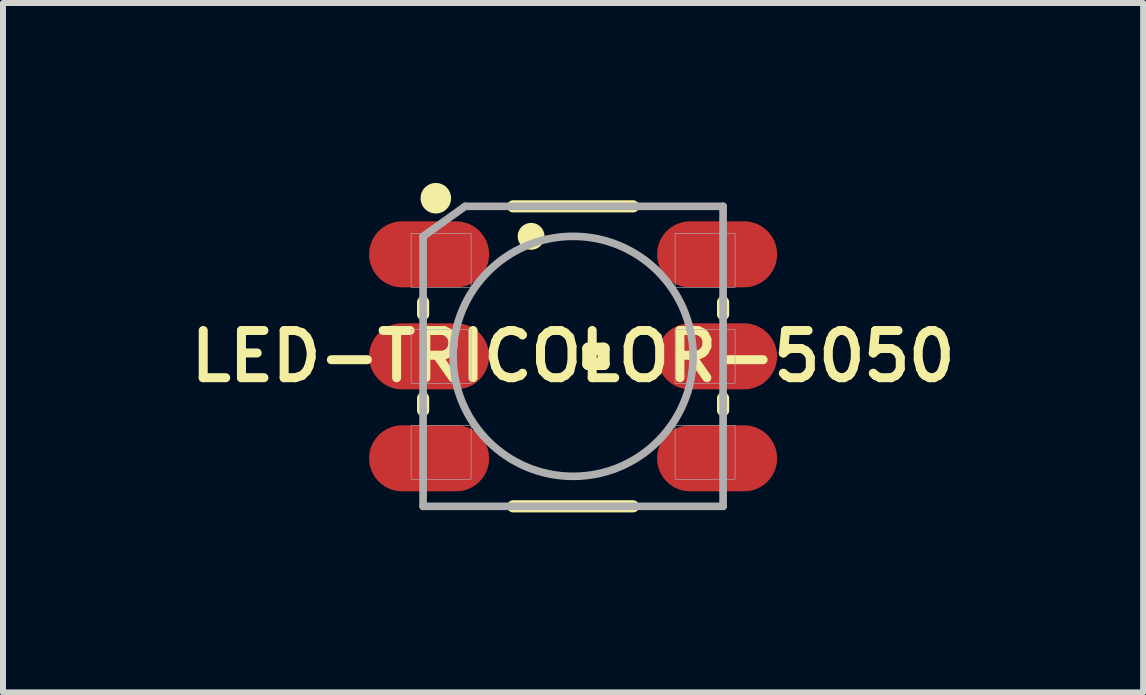
<source format=kicad_pcb>
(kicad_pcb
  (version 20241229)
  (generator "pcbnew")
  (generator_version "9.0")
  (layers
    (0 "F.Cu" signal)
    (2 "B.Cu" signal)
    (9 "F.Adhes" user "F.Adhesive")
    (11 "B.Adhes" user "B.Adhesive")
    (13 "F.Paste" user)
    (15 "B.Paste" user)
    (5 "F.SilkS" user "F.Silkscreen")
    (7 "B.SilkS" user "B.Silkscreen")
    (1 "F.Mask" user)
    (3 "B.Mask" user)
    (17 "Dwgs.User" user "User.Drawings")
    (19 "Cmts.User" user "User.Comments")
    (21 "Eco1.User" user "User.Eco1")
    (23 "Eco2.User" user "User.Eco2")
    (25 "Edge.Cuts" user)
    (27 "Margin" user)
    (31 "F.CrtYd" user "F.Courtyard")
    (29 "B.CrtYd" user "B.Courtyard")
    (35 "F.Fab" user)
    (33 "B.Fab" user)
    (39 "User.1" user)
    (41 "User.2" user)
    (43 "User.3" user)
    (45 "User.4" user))
  (footprint "LED-TRICOLOR-5050"
    (layer "F.Cu")
    (at 6.502 2.889)
    (property "Reference" "LED-TRICOLOR-5050" (at 0 0 0) (layer "F.SilkS") (effects (font (size 0.787 0.787) (thickness 0.15))))
    (attr smd)
    (fp_line (start -2.5 -0.7) (end -2.5 -0.9) (stroke (width 0.203) (type solid)) (layer "F.SilkS"))
    (fp_line (start -2.5 0.9) (end -2.5 0.7) (stroke (width 0.203) (type solid)) (layer "F.SilkS"))
    (fp_line (start -1 -2.5) (end 1 -2.5) (stroke (width 0.203) (type solid)) (layer "F.SilkS"))
    (fp_line (start -1 2.5) (end 1 2.5) (stroke (width 0.203) (type solid)) (layer "F.SilkS"))
    (fp_line (start 0.254 -0.127) (end 0.508 -0.127) (stroke (width 0.203) (type solid)) (layer "F.SilkS"))
    (fp_line (start 0.254 0.127) (end 0.254 -0.127) (stroke (width 0.203) (type solid)) (layer "F.SilkS"))
    (fp_line (start 0.508 -0.127) (end 0.508 0.127) (stroke (width 0.203) (type solid)) (layer "F.SilkS"))
    (fp_line (start 0.508 0.127) (end 0.254 0.127) (stroke (width 0.203) (type solid)) (layer "F.SilkS"))
    (fp_line (start 2.5 -0.7) (end 2.5 -0.9) (stroke (width 0.203) (type solid)) (layer "F.SilkS"))
    (fp_line (start 2.5 0.9) (end 2.5 0.7) (stroke (width 0.203) (type solid)) (layer "F.SilkS"))
    (fp_circle (center -2.288 -2.635) (end -2.16 -2.635) (stroke (width 0.254) (type solid)) (fill no) (layer "F.SilkS"))
    (fp_circle (center -0.7 -2) (end -0.476 -2) (stroke (width 0) (type solid)) (fill yes) (layer "F.SilkS"))
    (fp_line (start -2.5 -2) (end -1.8 -2.5) (stroke (width 0.127) (type solid)) (layer "F.Fab"))
    (fp_line (start -2.5 2.5) (end -2.5 -2) (stroke (width 0.127) (type solid)) (layer "F.Fab"))
    (fp_line (start -1.8 -2.5) (end 2.5 -2.5) (stroke (width 0.127) (type solid)) (layer "F.Fab"))
    (fp_line (start 2.5 -2.5) (end 2.5 2.5) (stroke (width 0.127) (type solid)) (layer "F.Fab"))
    (fp_line (start 2.5 2.5) (end -2.5 2.5) (stroke (width 0.127) (type solid)) (layer "F.Fab"))
    (fp_circle (center 0 0) (end 2 0) (stroke (width 0.127) (type solid)) (fill no) (layer "F.Fab"))
    (fp_poly (pts (xy -2.7 -2.05) (xy -1.7 -2.05) (xy -1.7 -1.15) (xy -2.7 -1.15)) (stroke (width 0.01) (type solid)) (fill no) (layer "F.Fab"))
    (fp_poly (pts (xy -2.7 -0.45) (xy -1.7 -0.45) (xy -1.7 0.45) (xy -2.7 0.45)) (stroke (width 0.01) (type solid)) (fill no) (layer "F.Fab"))
    (fp_poly (pts (xy -2.7 1.15) (xy -1.7 1.15) (xy -1.7 2.05) (xy -2.7 2.05)) (stroke (width 0.01) (type solid)) (fill no) (layer "F.Fab"))
    (fp_poly (pts (xy 1.7 -2.05) (xy 2.7 -2.05) (xy 2.7 -1.15) (xy 1.7 -1.15)) (stroke (width 0.01) (type solid)) (fill no) (layer "F.Fab"))
    (fp_poly (pts (xy 1.7 -0.45) (xy 2.7 -0.45) (xy 2.7 0.45) (xy 1.7 0.45)) (stroke (width 0.01) (type solid)) (fill no) (layer "F.Fab"))
    (fp_poly (pts (xy 1.7 1.15) (xy 2.7 1.15) (xy 2.7 2.05) (xy 1.7 2.05)) (stroke (width 0.01) (type solid)) (fill no) (layer "F.Fab"))
    (pad "1" smd oval (at -2.4 -1.7) (size 2 1.1) (layers "F.Cu" "F.Mask" "F.Paste"))
    (pad "2" smd oval (at -2.4 0) (size 2 1.1) (layers "F.Cu" "F.Mask" "F.Paste"))
    (pad "3" smd oval (at -2.4 1.7) (size 2 1.1) (layers "F.Cu" "F.Mask" "F.Paste"))
    (pad "4" smd oval (at 2.4 1.7) (size 2 1.1) (layers "F.Cu" "F.Mask" "F.Paste"))
    (pad "5" smd oval (at 2.4 0) (size 2 1.1) (layers "F.Cu" "F.Mask" "F.Paste"))
    (pad "6" smd oval (at 2.4 -1.7) (size 2 1.1) (layers "F.Cu" "F.Mask" "F.Paste")))
  (gr_rect
    (start -3 -3)
    (end 16.003 8.491)
    (stroke (width 0.1) (type default))
    (fill no)
    (layer "Edge.Cuts")))
</source>
